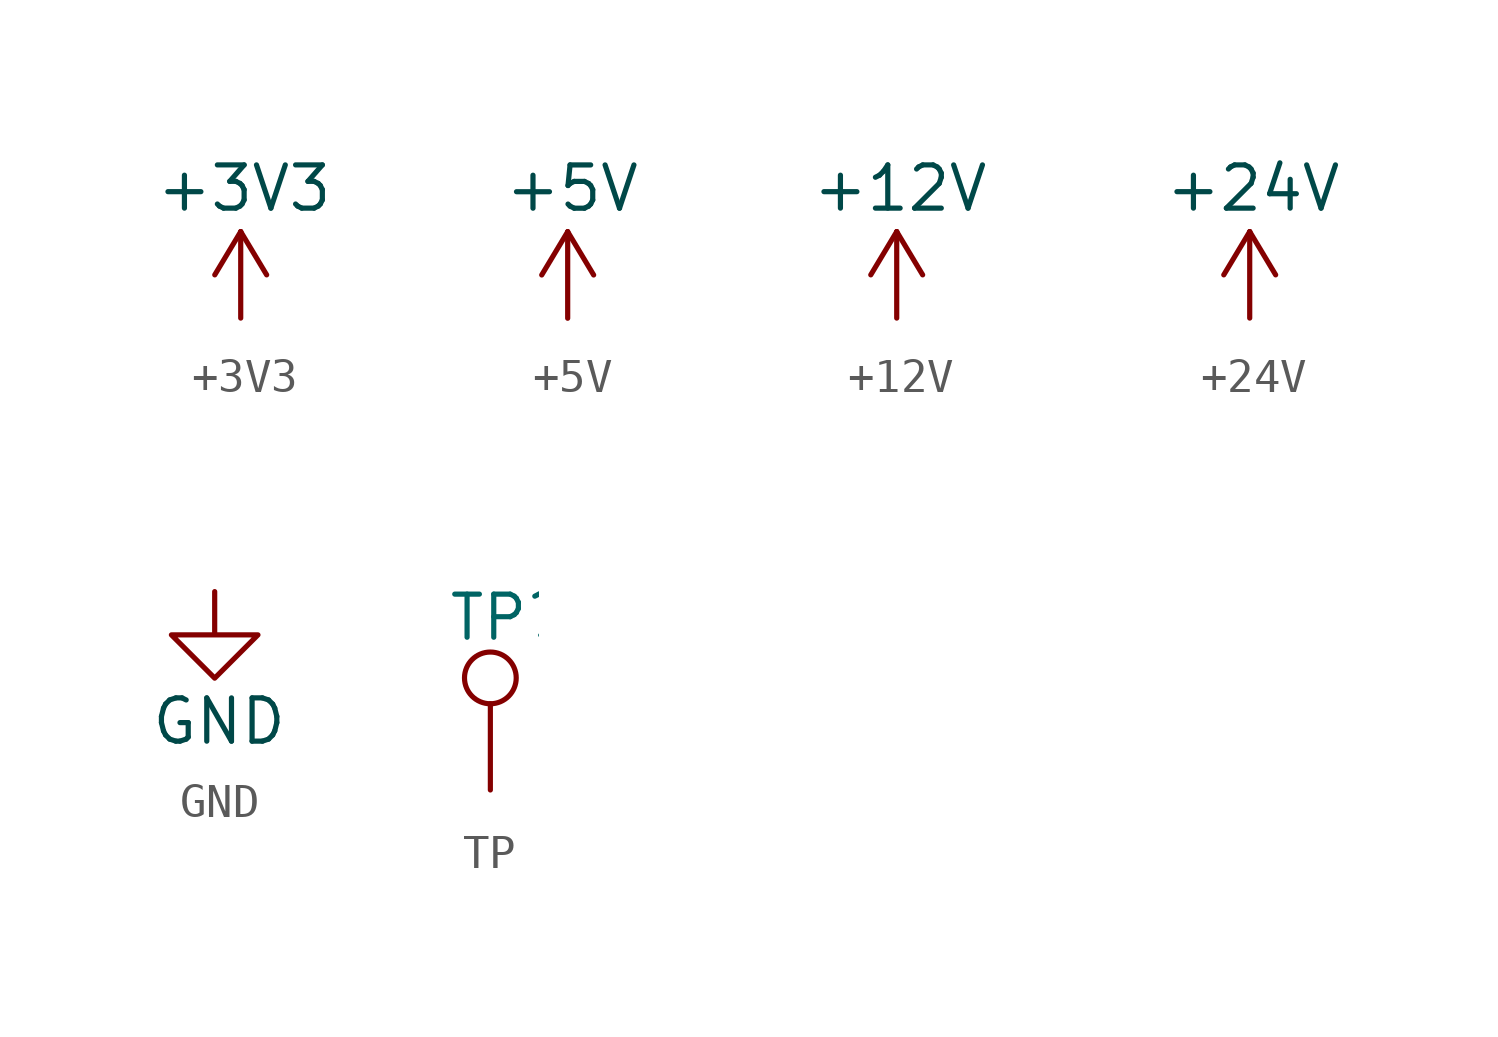
<source format=kicad_sym>
(kicad_symbol_lib
  (version 20231120)
  (generator "kicad_symbol_editor")
  (generator_version "8.0")
  (symbol "+3V3"
    (power)
    (pin_numbers hide)
    (pin_names
      (offset 0) hide)
    (property "Reference" "#PWR"
      (at 12.7 14.605 0)
      (effects (font (size 1.27 1.27)) (justify left) (hide yes)))
    (property "Value" "+3V3"
      (at -2.54 3.81 0)
      (effects (font (size 1.27 1.27) (color 0 72 72 1)) (justify left)))
    (symbol "+3V3_0_1"
      (polyline (pts (xy -0.762 1.27) (xy 0 2.54)) (stroke (width 0) (type default)) (fill (type none)))
      (polyline (pts (xy 0 0) (xy 0 2.54)) (stroke (width 0) (type default)) (fill (type none)))
      (polyline (pts (xy 0 2.54) (xy 0.762 1.27)) (stroke (width 0) (type default)) (fill (type none))))
    (symbol "+3V3_1_1"
      (pin power_in line (at 0 0 90) (length 1.27) hide (name "+3V3" (effects (font (size 1.27 1.27)))) (number "1" (effects (font (size 1.27 1.27)))))))
  (symbol "+5V"
    (power)
    (pin_numbers hide)
    (pin_names
      (offset 0) hide)
    (property "Reference" "#PWR"
      (at 12.7 14.605 0)
      (effects (font (size 1.27 1.27)) (justify left) (hide yes)))
    (property "Value" "+5V"
      (at -1.905 3.81 0)
      (effects (font (size 1.27 1.27) (color 0 72 72 1)) (justify left)))
    (symbol "+5V_0_1"
      (polyline (pts (xy -0.762 1.27) (xy 0 2.54)) (stroke (width 0) (type default)) (fill (type none)))
      (polyline (pts (xy 0 0) (xy 0 2.54)) (stroke (width 0) (type default)) (fill (type none)))
      (polyline (pts (xy 0 2.54) (xy 0.762 1.27)) (stroke (width 0) (type default)) (fill (type none))))
    (symbol "+5V_1_1"
      (pin power_in line (at 0 0 90) (length 1.27) hide (name "+5V" (effects (font (size 1.27 1.27)))) (number "1" (effects (font (size 1.27 1.27)))))))
  (symbol "+12V"
    (power)
    (pin_numbers hide)
    (pin_names
      (offset 0) hide)
    (property "Reference" "#PWR"
      (at 12.7 14.605 0)
      (effects (font (size 1.27 1.27)) (justify left) (hide yes)))
    (property "Value" "+12V"
      (at -2.54 3.81 0)
      (effects (font (size 1.27 1.27) (color 0 72 72 1)) (justify left)))
    (symbol "+12V_0_1"
      (polyline (pts (xy -0.762 1.27) (xy 0 2.54)) (stroke (width 0) (type default)) (fill (type none)))
      (polyline (pts (xy 0 0) (xy 0 2.54)) (stroke (width 0) (type default)) (fill (type none)))
      (polyline (pts (xy 0 2.54) (xy 0.762 1.27)) (stroke (width 0) (type default)) (fill (type none))))
    (symbol "+12V_1_1"
      (pin power_in line (at 0 0 90) (length 1.27) hide (name "+12V" (effects (font (size 1.27 1.27)))) (number "1" (effects (font (size 1.27 1.27)))))))
  (symbol "+24V"
    (power)
    (pin_numbers hide)
    (pin_names
      (offset 0) hide)
    (property "Reference" "#PWR"
      (at 12.7 14.605 0)
      (effects (font (size 1.27 1.27)) (justify left) (hide yes)))
    (property "Value" "+24V"
      (at -2.54 3.81 0)
      (effects (font (size 1.27 1.27) (color 0 72 72 1)) (justify left)))
    (symbol "+24V_0_1"
      (polyline (pts (xy -0.762 1.27) (xy 0 2.54)) (stroke (width 0) (type default)) (fill (type none)))
      (polyline (pts (xy 0 0) (xy 0 2.54)) (stroke (width 0) (type default)) (fill (type none)))
      (polyline (pts (xy 0 2.54) (xy 0.762 1.27)) (stroke (width 0) (type default)) (fill (type none))))
    (symbol "+24V_1_1"
      (pin power_in line (at 0 0 90) (length 1.27) hide (name "+24V" (effects (font (size 1.27 1.27)))) (number "1" (effects (font (size 1.27 1.27)))))))
  (symbol "GND"
    (power)
    (pin_numbers hide)
    (pin_names
      (offset 0) hide)
    (property "Reference" "#PWR"
      (at 12.7 14.605 0)
      (effects (font (size 1.27 1.27)) (justify left) (hide yes)))
    (property "Value" "GND"
      (at -1.905 -3.81 0)
      (effects (font (size 1.27 1.27) (color 0 72 72 1)) (justify left)))
    (symbol "GND_0_1"
      (polyline (pts (xy 0 0) (xy 0 -1.27) (xy 1.27 -1.27) (xy 0 -2.54) (xy -1.27 -1.27) (xy 0 -1.27)) (stroke (width 0) (type default)) (fill (type none))))
    (symbol "GND_1_1"
      (pin power_in line (at 0 0 270) (length 1.27) hide (name "GND" (effects (font (size 1.27 1.27)))) (number "1" (effects (font (size 1.27 1.27)))))))
  (symbol "TP"
    (pin_numbers hide)
    (pin_names
      (offset 0) hide)
    (property "Reference" "TP"
      (at -1.27 5.08 0)
      (effects (font (size 1.27 1.27)) (justify left)))
    (symbol "TP_0_1"
      (circle (center 0 3.302) (radius 0.762) (stroke (width 0) (type default)) (fill (type none))))
    (symbol "TP_1_1"
      (pin passive line (at 0 0 90) (length 2.54) (name "TP" (effects (font (size 1.27 1.27)))) (number "1" (effects (font (size 1.27 1.27))))))))
</source>
